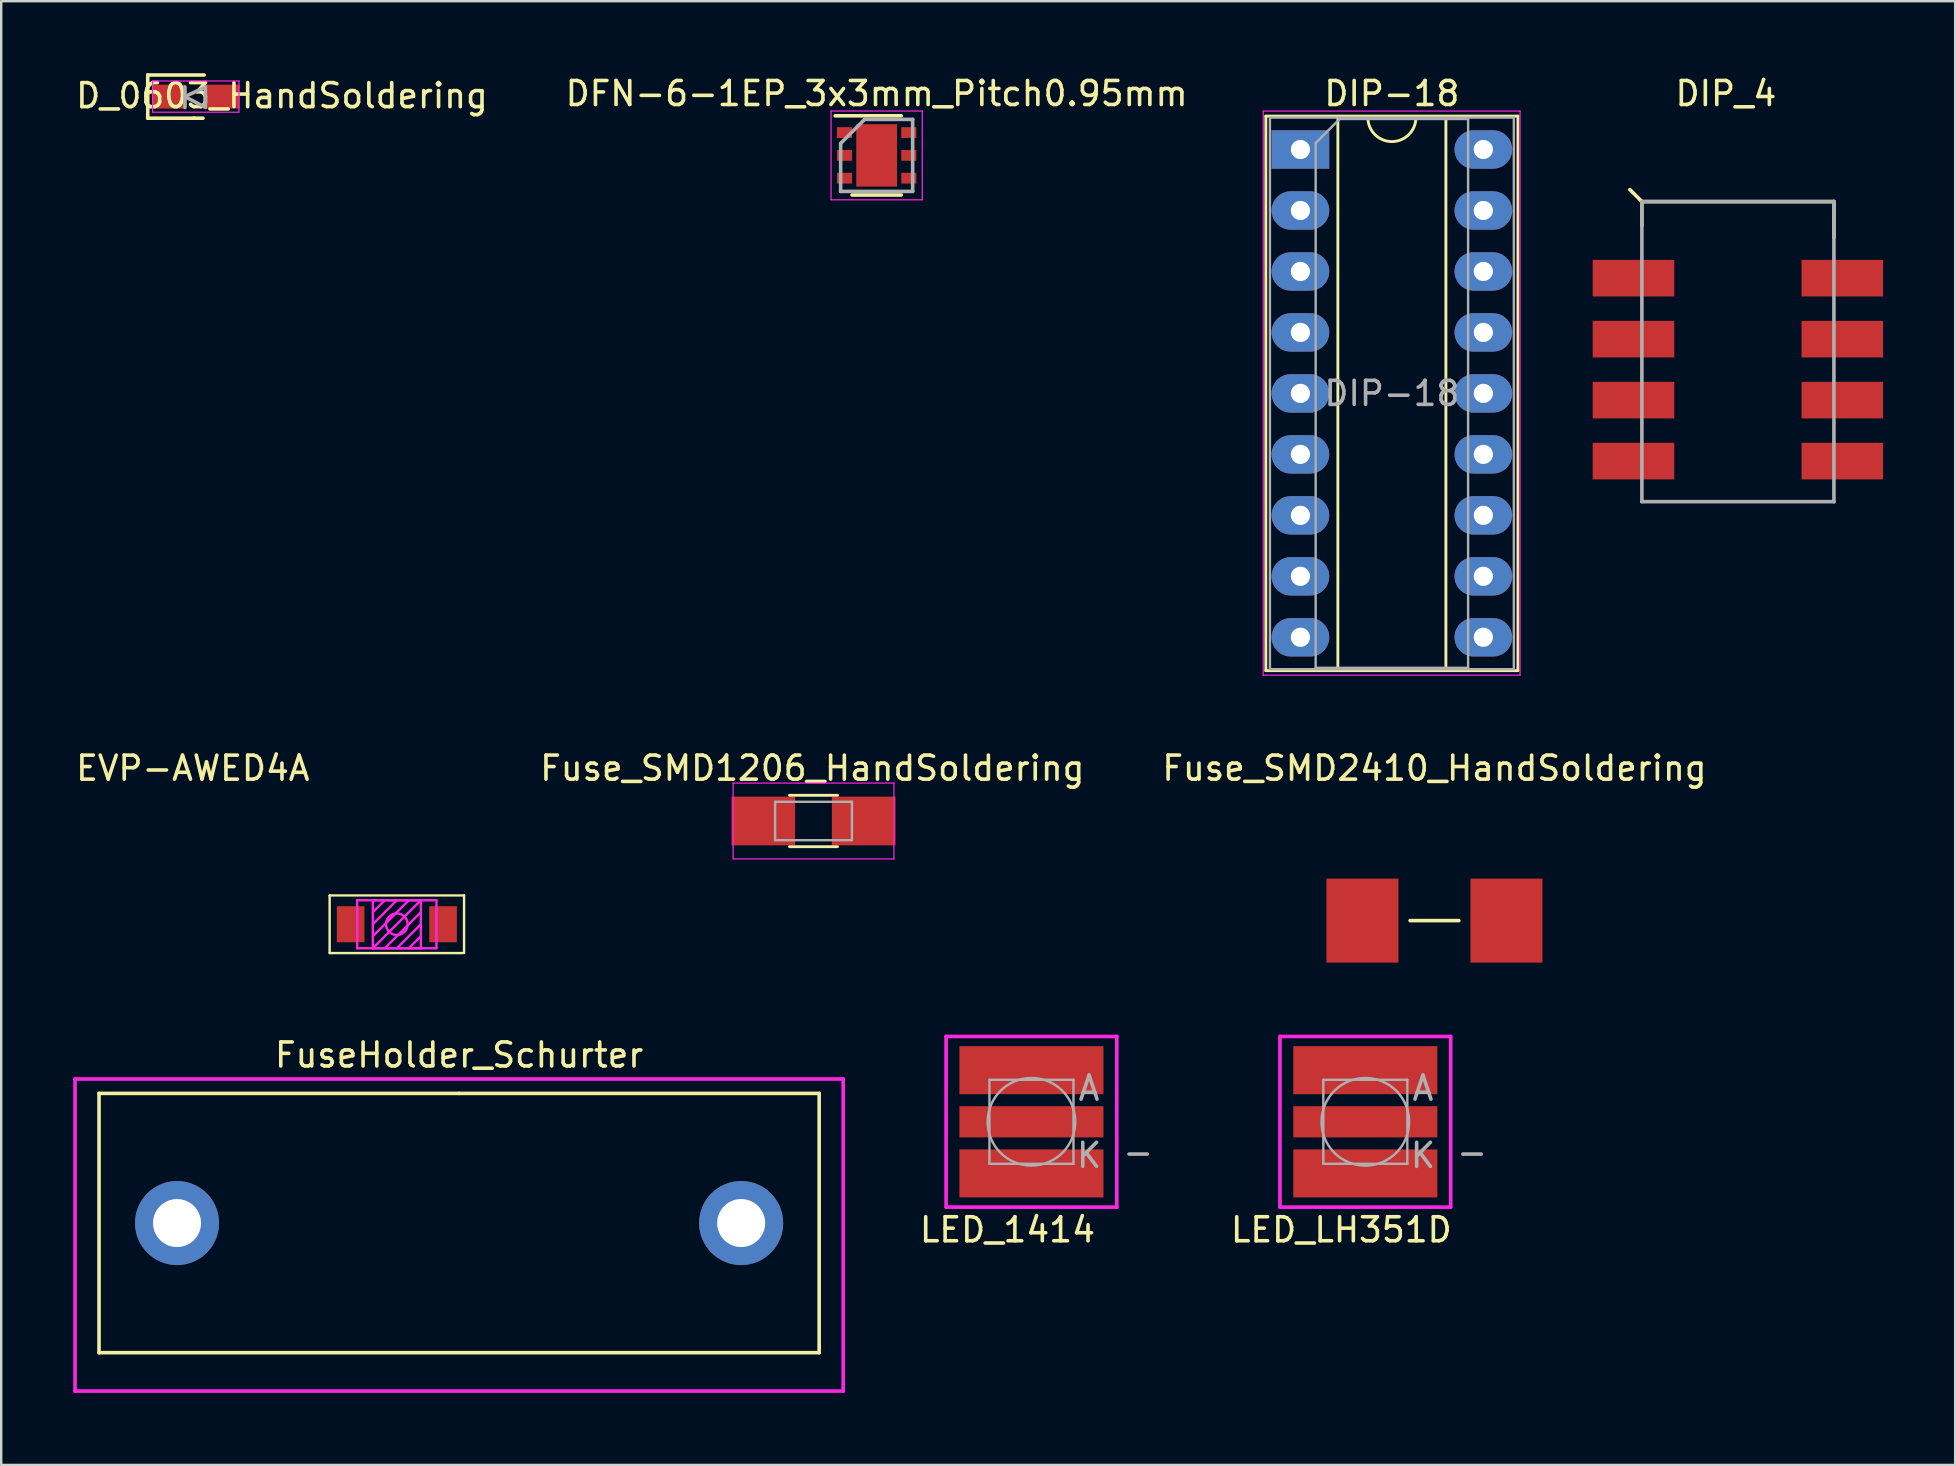
<source format=kicad_pcb>
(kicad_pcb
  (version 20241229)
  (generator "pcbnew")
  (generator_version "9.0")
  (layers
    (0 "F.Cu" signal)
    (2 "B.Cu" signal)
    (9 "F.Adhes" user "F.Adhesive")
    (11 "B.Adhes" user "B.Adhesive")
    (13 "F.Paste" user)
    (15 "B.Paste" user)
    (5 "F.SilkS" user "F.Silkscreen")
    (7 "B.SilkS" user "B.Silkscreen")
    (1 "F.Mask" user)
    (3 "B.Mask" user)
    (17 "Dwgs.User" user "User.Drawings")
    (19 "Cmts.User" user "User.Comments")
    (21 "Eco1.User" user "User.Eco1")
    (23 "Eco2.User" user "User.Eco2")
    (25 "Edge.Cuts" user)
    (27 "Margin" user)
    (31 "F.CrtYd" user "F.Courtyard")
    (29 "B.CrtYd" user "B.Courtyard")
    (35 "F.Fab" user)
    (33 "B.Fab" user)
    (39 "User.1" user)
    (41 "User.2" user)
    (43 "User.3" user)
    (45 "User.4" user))
  (footprint "Fuse_SMD2410_HandSoldering"
    (layer "F.Cu")
    (at 56.707 35.301)
    (property "Reference" "Fuse_SMD2410_HandSoldering" (at 0 -6.35 0) (layer "F.SilkS") (effects (font (size 1 1) (thickness 0.15))))
    (attr through_hole)
    (fp_line (start -1.016 0) (end 1.016 0) (stroke (width 0.15) (type solid)) (layer "F.SilkS"))
    (pad "1" smd rect (at -3 0) (size 3 3.5) (layers "F.Cu" "F.Mask" "F.Paste"))
    (pad "2" smd rect (at 3 0) (size 3 3.5) (layers "F.Cu" "F.Mask" "F.Paste")))
  (footprint "LED_1414"
    (layer "F.Cu")
    (at 39.918 43.682)
    (property "Reference" "LED_1414" (at -1 4.5 0) (layer "F.SilkS") (effects (font (size 1 1) (thickness 0.15))))
    (attr through_hole)
    (fp_line (start -3.556 -3.556) (end -3.556 3.556) (stroke (width 0.15) (type solid)) (layer "F.CrtYd"))
    (fp_line (start -3.556 3.556) (end 3.556 3.556) (stroke (width 0.15) (type solid)) (layer "F.CrtYd"))
    (fp_line (start 3.556 -3.556) (end -3.556 -3.556) (stroke (width 0.15) (type solid)) (layer "F.CrtYd"))
    (fp_line (start 3.556 3.556) (end 3.556 -3.556) (stroke (width 0.15) (type solid)) (layer "F.CrtYd"))
    (fp_line (start -1.75 -1.75) (end 1.75 -1.75) (stroke (width 0.1) (type solid)) (layer "F.Fab"))
    (fp_line (start -1.75 1.75) (end -1.75 -1.75) (stroke (width 0.1) (type solid)) (layer "F.Fab"))
    (fp_line (start 1.75 -1.75) (end 1.75 1.75) (stroke (width 0.1) (type solid)) (layer "F.Fab"))
    (fp_line (start 1.75 1.75) (end -1.75 1.75) (stroke (width 0.1) (type solid)) (layer "F.Fab"))
    (fp_circle (center 0 0) (end 1.825 0) (stroke (width 0.1) (type solid)) (fill no) (layer "F.Fab"))
    (fp_text user "K" (at 2.4 1.4 0) (layer "F.Fab") (effects (font (size 1 1) (thickness 0.15))))
    (fp_text user "A" (at 2.4 -1.4 0) (layer "F.Fab") (effects (font (size 1 1) (thickness 0.15))))
    (fp_text user "-" (at 4.445 1.27 0) (layer "F.Fab") (effects (font (size 1 1) (thickness 0.15))))
    (pad "1" smd rect (at 0 0) (size 6 1.3) (layers "F.Cu" "F.Mask" "F.Paste"))
    (pad "1" smd rect (at 0 2.15) (size 6 2) (layers "F.Cu" "F.Mask" "F.Paste"))
    (pad "2" smd rect (at 0 -2.15) (size 6 2) (layers "F.Cu" "F.Mask" "F.Paste")))
  (footprint "DFN-6-1EP_3x3mm_Pitch0.95mm"
    (layer "F.Cu")
    (at 33.47 3.423)
    (property "Reference" "DFN-6-1EP_3x3mm_Pitch0.95mm" (at 0 -2.575 0) (layer "F.SilkS") (effects (font (size 1 1) (thickness 0.15))))
    (attr smd)
    (fp_line (start -1.73 -1.65) (end 1.025 -1.65) (stroke (width 0.15) (type solid)) (layer "F.SilkS"))
    (fp_line (start -1.025 1.65) (end 1.025 1.65) (stroke (width 0.15) (type solid)) (layer "F.SilkS"))
    (fp_line (start -1.9 -1.85) (end -1.9 1.85) (stroke (width 0.05) (type solid)) (layer "F.CrtYd"))
    (fp_line (start -1.9 -1.85) (end 1.9 -1.85) (stroke (width 0.05) (type solid)) (layer "F.CrtYd"))
    (fp_line (start -1.9 1.85) (end 1.9 1.85) (stroke (width 0.05) (type solid)) (layer "F.CrtYd"))
    (fp_line (start 1.9 -1.85) (end 1.9 1.85) (stroke (width 0.05) (type solid)) (layer "F.CrtYd"))
    (fp_line (start -1.5 -0.5) (end -0.5 -1.5) (stroke (width 0.15) (type solid)) (layer "F.Fab"))
    (fp_line (start -1.5 1.5) (end -1.5 -0.5) (stroke (width 0.15) (type solid)) (layer "F.Fab"))
    (fp_line (start -0.5 -1.5) (end 1.5 -1.5) (stroke (width 0.15) (type solid)) (layer "F.Fab"))
    (fp_line (start 1.5 -1.5) (end 1.5 1.5) (stroke (width 0.15) (type solid)) (layer "F.Fab"))
    (fp_line (start 1.5 1.5) (end -1.5 1.5) (stroke (width 0.15) (type solid)) (layer "F.Fab"))
    (pad "1" smd rect (at -1.34 -0.95) (size 0.63 0.45) (layers "F.Cu" "F.Mask" "F.Paste"))
    (pad "2" smd rect (at -1.34 0) (size 0.63 0.45) (layers "F.Cu" "F.Mask" "F.Paste"))
    (pad "3" smd rect (at -1.34 0.95) (size 0.63 0.45) (layers "F.Cu" "F.Mask" "F.Paste"))
    (pad "4" smd rect (at 1.34 0.95) (size 0.63 0.45) (layers "F.Cu" "F.Mask" "F.Paste"))
    (pad "5" smd rect (at 1.34 0) (size 0.63 0.45) (layers "F.Cu" "F.Mask" "F.Paste"))
    (pad "6" smd rect (at 1.34 -0.95) (size 0.63 0.45) (layers "F.Cu" "F.Mask" "F.Paste"))
    (pad "7" smd rect (at 0 0) (size 1.7 2.6) (layers "F.Cu" "F.Mask" "F.Paste")))
  (footprint "LED_LH351D"
    (layer "F.Cu")
    (at 53.827 43.682)
    (property "Reference" "LED_LH351D" (at -1 4.5 0) (layer "F.SilkS") (effects (font (size 1 1) (thickness 0.15))))
    (attr through_hole)
    (fp_line (start -3.556 -3.556) (end -3.556 3.556) (stroke (width 0.15) (type solid)) (layer "F.CrtYd"))
    (fp_line (start -3.556 3.556) (end 3.556 3.556) (stroke (width 0.15) (type solid)) (layer "F.CrtYd"))
    (fp_line (start 3.556 -3.556) (end -3.556 -3.556) (stroke (width 0.15) (type solid)) (layer "F.CrtYd"))
    (fp_line (start 3.556 3.556) (end 3.556 -3.556) (stroke (width 0.15) (type solid)) (layer "F.CrtYd"))
    (fp_line (start -1.75 -1.75) (end 1.75 -1.75) (stroke (width 0.1) (type solid)) (layer "F.Fab"))
    (fp_line (start -1.75 1.75) (end -1.75 -1.75) (stroke (width 0.1) (type solid)) (layer "F.Fab"))
    (fp_line (start 1.75 -1.75) (end 1.75 1.75) (stroke (width 0.1) (type solid)) (layer "F.Fab"))
    (fp_line (start 1.75 1.75) (end -1.75 1.75) (stroke (width 0.1) (type solid)) (layer "F.Fab"))
    (fp_circle (center 0 0) (end 1.825 0) (stroke (width 0.1) (type solid)) (fill no) (layer "F.Fab"))
    (fp_text user "-" (at 4.445 1.27 0) (layer "F.Fab") (effects (font (size 1 1) (thickness 0.15))))
    (fp_text user "K" (at 2.4 1.4 0) (layer "F.Fab") (effects (font (size 1 1) (thickness 0.15))))
    (fp_text user "A" (at 2.4 -1.4 0) (layer "F.Fab") (effects (font (size 1 1) (thickness 0.15))))
    (pad "1" smd rect (at 0 0) (size 6 1.3) (layers "F.Cu" "F.Mask" "F.Paste"))
    (pad "1" smd rect (at 0 2.15) (size 6 2) (layers "F.Cu" "F.Mask" "F.Paste"))
    (pad "2" smd rect (at 0 -2.15) (size 6 2) (layers "F.Cu" "F.Mask" "F.Paste")))
  (footprint "DIP_4"
    (layer "F.Cu")
    (at 69.348 12.348)
    (property "Reference" "DIP_4" (at -0.5 -11.5 0) (layer "F.SilkS") (effects (font (size 1 1) (thickness 0.15))))
    (attr through_hole)
    (fp_line (start -4 -7) (end -4.5 -7.5) (stroke (width 0.15) (type solid)) (layer "F.SilkS"))
    (fp_line (start -4 -7) (end 4 -7) (stroke (width 0.15) (type solid)) (layer "F.SilkS"))
    (fp_line (start -4 -6) (end -4 -7) (stroke (width 0.15) (type solid)) (layer "F.SilkS"))
    (fp_line (start 4 -7) (end 4 -5.5) (stroke (width 0.15) (type solid)) (layer "F.SilkS"))
    (fp_line (start -4 -7) (end -4 5.5) (stroke (width 0.15) (type solid)) (layer "F.Fab"))
    (fp_line (start -4 5.5) (end 4 5.5) (stroke (width 0.15) (type solid)) (layer "F.Fab"))
    (fp_line (start 4 -7) (end -4 -7) (stroke (width 0.15) (type solid)) (layer "F.Fab"))
    (fp_line (start 4 -7) (end 4 -6.5) (stroke (width 0.15) (type solid)) (layer "F.Fab"))
    (fp_line (start 4 -6.5) (end 4 -7) (stroke (width 0.15) (type solid)) (layer "F.Fab"))
    (fp_line (start 4 5.5) (end 4 -7) (stroke (width 0.15) (type solid)) (layer "F.Fab"))
    (pad "1" smd rect (at -4.35 -3.81) (size 3.4 1.524) (layers "F.Cu" "F.Mask" "F.Paste"))
    (pad "2" smd rect (at -4.35 -1.27) (size 3.4 1.524) (layers "F.Cu" "F.Mask" "F.Paste"))
    (pad "3" smd rect (at -4.35 1.27) (size 3.4 1.524) (layers "F.Cu" "F.Mask" "F.Paste"))
    (pad "4" smd rect (at -4.35 3.81) (size 3.4 1.524) (layers "F.Cu" "F.Mask" "F.Paste"))
    (pad "5" smd rect (at 4.35 3.81) (size 3.4 1.524) (layers "F.Cu" "F.Mask" "F.Paste"))
    (pad "6" smd rect (at 4.35 1.27) (size 3.4 1.524) (layers "F.Cu" "F.Mask" "F.Paste"))
    (pad "7" smd rect (at 4.35 -1.27) (size 3.4 1.524) (layers "F.Cu" "F.Mask" "F.Paste"))
    (pad "8" smd rect (at 4.35 -3.81) (size 3.4 1.524) (layers "F.Cu" "F.Mask" "F.Paste")))
  (footprint "EVP-AWED4A"
    (layer "F.Cu")
    (at 13.482 35.452)
    (property "Reference" "EVP-AWED4A" (at -8.5 -6.5 0) (layer "F.SilkS") (effects (font (size 1 1) (thickness 0.15))))
    (attr through_hole)
    (fp_line (start -2.8 -1.2) (end -2.8 1.2) (stroke (width 0.1) (type solid)) (layer "F.SilkS"))
    (fp_line (start -2.8 1.2) (end 2.75 1.2) (stroke (width 0.1) (type solid)) (layer "F.SilkS"))
    (fp_line (start 2.8 -1.2) (end -2.8 -1.2) (stroke (width 0.1) (type solid)) (layer "F.SilkS"))
    (fp_line (start 2.8 1.2) (end 2.8 -1.2) (stroke (width 0.1) (type solid)) (layer "F.SilkS"))
    (fp_line (start -1.65 -1) (end 1.65 -1) (stroke (width 0.1) (type solid)) (layer "F.CrtYd"))
    (fp_line (start -1.65 1) (end -1.65 -1) (stroke (width 0.1) (type solid)) (layer "F.CrtYd"))
    (fp_line (start -1 -1) (end -1 1) (stroke (width 0.1) (type solid)) (layer "F.CrtYd"))
    (fp_line (start -1 -0.5) (end -0.5 -1) (stroke (width 0.1) (type solid)) (layer "F.CrtYd"))
    (fp_line (start -1 0) (end 0 -1) (stroke (width 0.1) (type solid)) (layer "F.CrtYd"))
    (fp_line (start -1 0.5) (end 0.5 -1) (stroke (width 0.1) (type solid)) (layer "F.CrtYd"))
    (fp_line (start -1 1) (end 1 -1) (stroke (width 0.1) (type solid)) (layer "F.CrtYd"))
    (fp_line (start -1 1) (end 1 1) (stroke (width 0.1) (type solid)) (layer "F.CrtYd"))
    (fp_line (start -0.5 1) (end 1 -0.5) (stroke (width 0.1) (type solid)) (layer "F.CrtYd"))
    (fp_line (start 0 1) (end 1 0) (stroke (width 0.1) (type solid)) (layer "F.CrtYd"))
    (fp_line (start 0.5 1) (end 1 0.5) (stroke (width 0.1) (type solid)) (layer "F.CrtYd"))
    (fp_line (start 1 -1) (end -1 -1) (stroke (width 0.1) (type solid)) (layer "F.CrtYd"))
    (fp_line (start 1 0) (end 1 -1) (stroke (width 0.1) (type solid)) (layer "F.CrtYd"))
    (fp_line (start 1 1) (end 1 0) (stroke (width 0.1) (type solid)) (layer "F.CrtYd"))
    (fp_line (start 1.65 -1) (end 1.65 1) (stroke (width 0.1) (type solid)) (layer "F.CrtYd"))
    (fp_line (start 1.65 1) (end -1.65 1) (stroke (width 0.1) (type solid)) (layer "F.CrtYd"))
    (fp_circle (center 0 0) (end 0.45 0) (stroke (width 0.1) (type solid)) (fill no) (layer "F.CrtYd"))
    (pad "1" smd rect (at -1.925 0) (size 1.15 1.5) (layers "F.Cu" "F.Mask" "F.Paste"))
    (pad "2" smd rect (at 1.925 0) (size 1.15 1.5) (layers "F.Cu" "F.Mask" "F.Paste")))
  (footprint "DIP-18"
    (layer "F.Cu")
    (at 51.123 3.178)
    (property "Reference" "DIP-18" (at 3.81 -2.33 0) (layer "F.SilkS") (effects (font (size 1 1) (thickness 0.15))))
    (attr through_hole)
    (fp_line (start -1.44 -1.39) (end -1.44 21.71) (stroke (width 0.12) (type solid)) (layer "F.SilkS"))
    (fp_line (start -1.44 21.71) (end 9.06 21.71) (stroke (width 0.12) (type solid)) (layer "F.SilkS"))
    (fp_line (start 1.56 -1.33) (end 1.56 21.65) (stroke (width 0.12) (type solid)) (layer "F.SilkS"))
    (fp_line (start 1.56 21.65) (end 6.06 21.65) (stroke (width 0.12) (type solid)) (layer "F.SilkS"))
    (fp_line (start 2.81 -1.33) (end 1.56 -1.33) (stroke (width 0.12) (type solid)) (layer "F.SilkS"))
    (fp_line (start 6.06 -1.33) (end 4.81 -1.33) (stroke (width 0.12) (type solid)) (layer "F.SilkS"))
    (fp_line (start 6.06 21.65) (end 6.06 -1.33) (stroke (width 0.12) (type solid)) (layer "F.SilkS"))
    (fp_line (start 9.06 -1.39) (end -1.44 -1.39) (stroke (width 0.12) (type solid)) (layer "F.SilkS"))
    (fp_line (start 9.06 21.71) (end 9.06 -1.39) (stroke (width 0.12) (type solid)) (layer "F.SilkS"))
    (fp_arc (start 4.81 -1.33) (mid 3.81 -0.33) (end 2.81 -1.33) (stroke (width 0.12) (type solid)) (layer "F.SilkS"))
    (fp_line (start -1.55 -1.6) (end -1.55 21.9) (stroke (width 0.05) (type solid)) (layer "F.CrtYd"))
    (fp_line (start -1.55 21.9) (end 9.15 21.9) (stroke (width 0.05) (type solid)) (layer "F.CrtYd"))
    (fp_line (start 9.15 -1.6) (end -1.55 -1.6) (stroke (width 0.05) (type solid)) (layer "F.CrtYd"))
    (fp_line (start 9.15 21.9) (end 9.15 -1.6) (stroke (width 0.05) (type solid)) (layer "F.CrtYd"))
    (fp_line (start -1.27 -1.33) (end -1.27 21.65) (stroke (width 0.1) (type solid)) (layer "F.Fab"))
    (fp_line (start -1.27 21.65) (end 8.89 21.65) (stroke (width 0.1) (type solid)) (layer "F.Fab"))
    (fp_line (start 0.635 -0.27) (end 1.635 -1.27) (stroke (width 0.1) (type solid)) (layer "F.Fab"))
    (fp_line (start 0.635 21.59) (end 0.635 -0.27) (stroke (width 0.1) (type solid)) (layer "F.Fab"))
    (fp_line (start 1.635 -1.27) (end 6.985 -1.27) (stroke (width 0.1) (type solid)) (layer "F.Fab"))
    (fp_line (start 6.985 -1.27) (end 6.985 21.59) (stroke (width 0.1) (type solid)) (layer "F.Fab"))
    (fp_line (start 6.985 21.59) (end 0.635 21.59) (stroke (width 0.1) (type solid)) (layer "F.Fab"))
    (fp_line (start 8.89 -1.33) (end -1.27 -1.33) (stroke (width 0.1) (type solid)) (layer "F.Fab"))
    (fp_line (start 8.89 21.65) (end 8.89 -1.33) (stroke (width 0.1) (type solid)) (layer "F.Fab"))
    (fp_text user "${REFERENCE}" (at 3.81 10.16 0) (layer "F.Fab") (effects (font (size 1 1) (thickness 0.15))))
    (pad "1" thru_hole rect (at 0 0) (size 2.4 1.6) (drill 0.8) (layers "*.Cu" "*.Mask"))
    (pad "2" thru_hole oval (at 0 2.54) (size 2.4 1.6) (drill 0.8) (layers "*.Cu" "*.Mask"))
    (pad "3" thru_hole oval (at 0 5.08) (size 2.4 1.6) (drill 0.8) (layers "*.Cu" "*.Mask"))
    (pad "4" thru_hole oval (at 0 7.62) (size 2.4 1.6) (drill 0.8) (layers "*.Cu" "*.Mask"))
    (pad "5" thru_hole oval (at 0 10.16) (size 2.4 1.6) (drill 0.8) (layers "*.Cu" "*.Mask"))
    (pad "6" thru_hole oval (at 0 12.7) (size 2.4 1.6) (drill 0.8) (layers "*.Cu" "*.Mask"))
    (pad "7" thru_hole oval (at 0 15.24) (size 2.4 1.6) (drill 0.8) (layers "*.Cu" "*.Mask"))
    (pad "8" thru_hole oval (at 0 17.78) (size 2.4 1.6) (drill 0.8) (layers "*.Cu" "*.Mask"))
    (pad "9" thru_hole oval (at 0 20.32) (size 2.4 1.6) (drill 0.8) (layers "*.Cu" "*.Mask"))
    (pad "10" thru_hole oval (at 7.62 20.32) (size 2.4 1.6) (drill 0.8) (layers "*.Cu" "*.Mask"))
    (pad "11" thru_hole oval (at 7.62 17.78) (size 2.4 1.6) (drill 0.8) (layers "*.Cu" "*.Mask"))
    (pad "12" thru_hole oval (at 7.62 15.24) (size 2.4 1.6) (drill 0.8) (layers "*.Cu" "*.Mask"))
    (pad "13" thru_hole oval (at 7.62 12.7) (size 2.4 1.6) (drill 0.8) (layers "*.Cu" "*.Mask"))
    (pad "14" thru_hole oval (at 7.62 10.16) (size 2.4 1.6) (drill 0.8) (layers "*.Cu" "*.Mask"))
    (pad "15" thru_hole oval (at 7.62 7.62) (size 2.4 1.6) (drill 0.8) (layers "*.Cu" "*.Mask"))
    (pad "16" thru_hole oval (at 7.62 5.08) (size 2.4 1.6) (drill 0.8) (layers "*.Cu" "*.Mask"))
    (pad "17" thru_hole oval (at 7.62 2.54) (size 2.4 1.6) (drill 0.8) (layers "*.Cu" "*.Mask"))
    (pad "18" thru_hole oval (at 7.62 0) (size 2.4 1.6) (drill 0.8) (layers "*.Cu" "*.Mask")))
  (footprint "D_0603_HandSoldering"
    (layer "F.Cu")
    (at 5.105 0.975)
    (property "Reference" "D_0603_HandSoldering" (at 3.591 -0.038 0) (layer "F.SilkS") (effects (font (size 1 1) (thickness 0.15))))
    (attr smd)
    (fp_line (start -2 -0.9) (end -2 0.9) (stroke (width 0.15) (type solid)) (layer "F.SilkS"))
    (fp_line (start -2 -0.9) (end 0.35 -0.9) (stroke (width 0.15) (type solid)) (layer "F.SilkS"))
    (fp_line (start -2 0.9) (end 0.3 0.9) (stroke (width 0.15) (type solid)) (layer "F.SilkS"))
    (fp_line (start -0.1 0.9) (end -0.05 0.9) (stroke (width 0.15) (type solid)) (layer "F.SilkS"))
    (fp_line (start -1.8 -0.65) (end -1.8 0.65) (stroke (width 0.05) (type solid)) (layer "F.CrtYd"))
    (fp_line (start -1.8 -0.65) (end 1.8 -0.65) (stroke (width 0.05) (type solid)) (layer "F.CrtYd"))
    (fp_line (start 1.8 0.65) (end -1.8 0.65) (stroke (width 0.05) (type solid)) (layer "F.CrtYd"))
    (fp_line (start 1.8 0.65) (end 1.8 -0.65) (stroke (width 0.05) (type solid)) (layer "F.CrtYd"))
    (fp_line (start -0.45 -0.4) (end -0.45 0.45) (stroke (width 0.15) (type solid)) (layer "F.Fab"))
    (fp_line (start -0.45 0) (end 0.4 -0.4) (stroke (width 0.15) (type solid)) (layer "F.Fab"))
    (fp_line (start 0.4 -0.4) (end 0.4 0.4) (stroke (width 0.15) (type solid)) (layer "F.Fab"))
    (fp_line (start 0.4 0.45) (end -0.45 0) (stroke (width 0.15) (type solid)) (layer "F.Fab"))
    (pad "1" smd rect (at 1.125 0) (size 1.4 1) (layers "F.Cu" "F.Mask" "F.Paste"))
    (pad "2" smd rect (at -1.125 0) (size 1.4 1) (layers "F.Cu" "F.Mask" "F.Paste")))
  (footprint "Fuse_SMD1206_HandSoldering"
    (layer "F.Cu")
    (at 30.84 31.151)
    (property "Reference" "Fuse_SMD1206_HandSoldering" (at -0.05 -2.2 0) (layer "F.SilkS") (effects (font (size 1 1) (thickness 0.15))))
    (attr smd)
    (fp_line (start -1 -1.07) (end 1 -1.07) (stroke (width 0.12) (type solid)) (layer "F.SilkS"))
    (fp_line (start 1 1.07) (end -1 1.07) (stroke (width 0.12) (type solid)) (layer "F.SilkS"))
    (fp_line (start -3.35 -1.58) (end -3.35 1.58) (stroke (width 0.05) (type solid)) (layer "F.CrtYd"))
    (fp_line (start -3.35 -1.58) (end 3.35 -1.58) (stroke (width 0.05) (type solid)) (layer "F.CrtYd"))
    (fp_line (start 3.35 1.58) (end -3.35 1.58) (stroke (width 0.05) (type solid)) (layer "F.CrtYd"))
    (fp_line (start 3.35 1.58) (end 3.35 -1.58) (stroke (width 0.05) (type solid)) (layer "F.CrtYd"))
    (fp_line (start -1.6 -0.8) (end 1.6 -0.8) (stroke (width 0.1) (type solid)) (layer "F.Fab"))
    (fp_line (start -1.6 0.8) (end -1.6 -0.8) (stroke (width 0.1) (type solid)) (layer "F.Fab"))
    (fp_line (start 1.6 -0.8) (end 1.6 0.8) (stroke (width 0.1) (type solid)) (layer "F.Fab"))
    (fp_line (start 1.6 0.8) (end -1.6 0.8) (stroke (width 0.1) (type solid)) (layer "F.Fab"))
    (pad "1" smd rect (at -2.09 0 90) (size 2.03 2.65) (layers "F.Cu" "F.Mask" "F.Paste"))
    (pad "2" smd rect (at 2.09 0 90) (size 2.03 2.65) (layers "F.Cu" "F.Mask" "F.Paste")))
  (footprint "FuseHolder_Schurter"
    (layer "F.Cu")
    (at 16.075 47.9)
    (property "Reference" "FuseHolder_Schurter" (at 0 -7 0) (layer "F.SilkS") (effects (font (size 1 1) (thickness 0.15))))
    (attr through_hole)
    (fp_line (start -15 -5.4) (end 0 -5.4) (stroke (width 0.15) (type solid)) (layer "F.SilkS"))
    (fp_line (start -15 5.4) (end -15 -5.4) (stroke (width 0.15) (type solid)) (layer "F.SilkS"))
    (fp_line (start 0 -5.4) (end 15 -5.4) (stroke (width 0.15) (type solid)) (layer "F.SilkS"))
    (fp_line (start 15 -5.4) (end 15 5.4) (stroke (width 0.15) (type solid)) (layer "F.SilkS"))
    (fp_line (start 15 5.4) (end -15 5.4) (stroke (width 0.15) (type solid)) (layer "F.SilkS"))
    (fp_line (start -16 -6) (end -16 7) (stroke (width 0.15) (type solid)) (layer "F.CrtYd"))
    (fp_line (start -16 7) (end 16 7) (stroke (width 0.15) (type solid)) (layer "F.CrtYd"))
    (fp_line (start 16 -6) (end -16 -6) (stroke (width 0.15) (type solid)) (layer "F.CrtYd"))
    (fp_line (start 16 7) (end 16 -6) (stroke (width 0.15) (type solid)) (layer "F.CrtYd"))
    (pad "1" thru_hole circle (at -11.75 0) (size 3.5 3.5) (drill 2) (layers "*.Cu" "*.Mask"))
    (pad "2" thru_hole circle (at 11.75 0) (size 3.5 3.5) (drill 2) (layers "*.Cu" "*.Mask")))
  (gr_rect
    (start -3 -3)
    (end 78.398 57.975)
    (stroke (width 0.1) (type default))
    (fill no)
    (layer "Edge.Cuts")))
</source>
